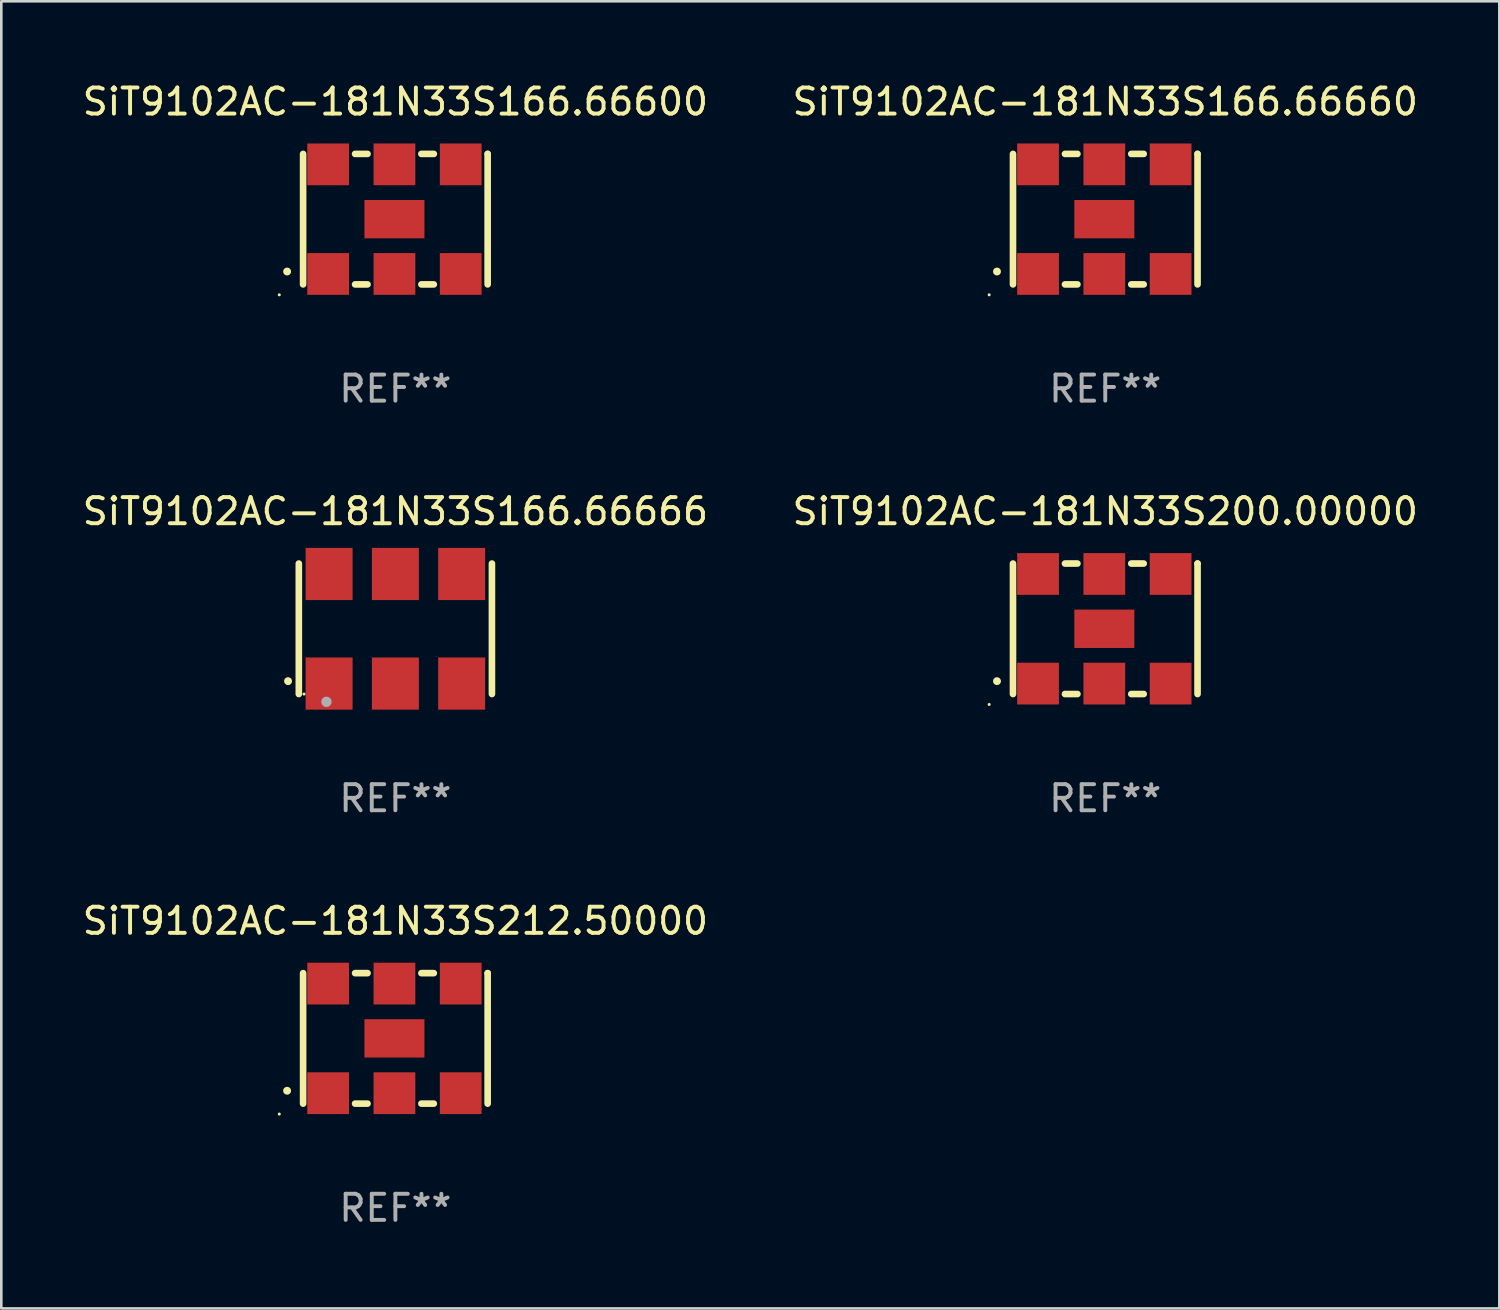
<source format=kicad_pcb>
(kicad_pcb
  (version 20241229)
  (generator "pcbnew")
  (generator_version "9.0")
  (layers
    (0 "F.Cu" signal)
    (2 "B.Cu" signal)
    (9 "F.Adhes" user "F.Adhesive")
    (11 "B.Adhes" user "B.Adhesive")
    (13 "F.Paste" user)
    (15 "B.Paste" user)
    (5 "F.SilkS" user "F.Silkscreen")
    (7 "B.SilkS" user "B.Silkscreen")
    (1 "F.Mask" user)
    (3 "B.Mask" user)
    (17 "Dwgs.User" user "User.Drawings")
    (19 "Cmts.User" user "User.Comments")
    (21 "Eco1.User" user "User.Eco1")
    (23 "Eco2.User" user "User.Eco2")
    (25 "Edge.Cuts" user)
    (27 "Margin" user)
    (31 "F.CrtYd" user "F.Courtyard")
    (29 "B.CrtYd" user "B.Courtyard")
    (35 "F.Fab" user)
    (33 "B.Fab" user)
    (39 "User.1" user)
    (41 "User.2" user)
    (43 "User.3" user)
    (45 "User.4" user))
  (footprint "SiT9102AC-181N33S166.66660"
    (layer "F.Cu")
    (at 39.304 5.348)
    (property "Reference" "SiT9102AC-181N33S166.66660" (at 0 -4.5 0) (layer "F.SilkS") (effects (font (size 1 1) (thickness 0.15))))
    (attr through_hole)
    (fp_line (start -3.536 -2.5) (end -3.536 2.5) (stroke (width 0.254) (type solid)) (layer "F.SilkS"))
    (fp_line (start -1.544 2.5) (end -1.067 2.5) (stroke (width 0.254) (type solid)) (layer "F.SilkS"))
    (fp_line (start -1.067 -2.5) (end -1.544 -2.5) (stroke (width 0.254) (type solid)) (layer "F.SilkS"))
    (fp_line (start 0.996 2.5) (end 1.473 2.5) (stroke (width 0.254) (type solid)) (layer "F.SilkS"))
    (fp_line (start 1.473 -2.5) (end 0.996 -2.5) (stroke (width 0.254) (type solid)) (layer "F.SilkS"))
    (fp_line (start 3.536 -2.5) (end 3.536 -2.5) (stroke (width 0.254) (type solid)) (layer "F.SilkS"))
    (fp_line (start 3.536 2.5) (end 3.536 -2.5) (stroke (width 0.254) (type solid)) (layer "F.SilkS"))
    (fp_arc (start -4.150432 2.006604) (mid -4.149162 2.006599) (end -4.147892 2.006604) (stroke (width 0.3) (type solid)) (layer "F.SilkS"))
    (fp_circle (center -4.449 2.9) (end -4.419 2.9) (stroke (width 0.06) (type solid)) (fill no) (layer "F.SilkS"))
    (fp_text user "REF**" (at 0 6.5 0) (layer "F.Fab") (effects (font (size 1 1) (thickness 0.15))))
    (pad "1" smd rect (at -2.576 2.1) (size 1.6 1.6) (layers "F.Cu" "F.Mask" "F.Paste"))
    (pad "2" smd rect (at -0.036 2.1) (size 1.6 1.6) (layers "F.Cu" "F.Mask" "F.Paste"))
    (pad "3" smd rect (at 2.504 2.1) (size 1.6 1.6) (layers "F.Cu" "F.Mask" "F.Paste"))
    (pad "4" smd rect (at 2.504 -2.1) (size 1.6 1.6) (layers "F.Cu" "F.Mask" "F.Paste"))
    (pad "5" smd rect (at -0.036 -2.1) (size 1.6 1.6) (layers "F.Cu" "F.Mask" "F.Paste"))
    (pad "6" smd rect (at -2.576 -2.1) (size 1.6 1.6) (layers "F.Cu" "F.Mask" "F.Paste"))
    (pad "7" smd rect (at -0.036 0) (size 2.3 1.47) (layers "F.Cu" "F.Mask" "F.Paste")))
  (footprint "SiT9102AC-181N33S200.00000"
    (layer "F.Cu")
    (at 39.304 21.045)
    (property "Reference" "SiT9102AC-181N33S200.00000" (at 0 -4.5 0) (layer "F.SilkS") (effects (font (size 1 1) (thickness 0.15))))
    (attr through_hole)
    (fp_line (start -3.536 -2.5) (end -3.536 2.5) (stroke (width 0.254) (type solid)) (layer "F.SilkS"))
    (fp_line (start -1.544 2.5) (end -1.067 2.5) (stroke (width 0.254) (type solid)) (layer "F.SilkS"))
    (fp_line (start -1.067 -2.5) (end -1.544 -2.5) (stroke (width 0.254) (type solid)) (layer "F.SilkS"))
    (fp_line (start 0.996 2.5) (end 1.473 2.5) (stroke (width 0.254) (type solid)) (layer "F.SilkS"))
    (fp_line (start 1.473 -2.5) (end 0.996 -2.5) (stroke (width 0.254) (type solid)) (layer "F.SilkS"))
    (fp_line (start 3.536 -2.5) (end 3.536 -2.5) (stroke (width 0.254) (type solid)) (layer "F.SilkS"))
    (fp_line (start 3.536 2.5) (end 3.536 -2.5) (stroke (width 0.254) (type solid)) (layer "F.SilkS"))
    (fp_arc (start -4.150432 2.006604) (mid -4.149162 2.006599) (end -4.147892 2.006604) (stroke (width 0.3) (type solid)) (layer "F.SilkS"))
    (fp_circle (center -4.449 2.9) (end -4.419 2.9) (stroke (width 0.06) (type solid)) (fill no) (layer "F.SilkS"))
    (fp_text user "REF**" (at 0 6.5 0) (layer "F.Fab") (effects (font (size 1 1) (thickness 0.15))))
    (pad "1" smd rect (at -2.576 2.1) (size 1.6 1.6) (layers "F.Cu" "F.Mask" "F.Paste"))
    (pad "2" smd rect (at -0.036 2.1) (size 1.6 1.6) (layers "F.Cu" "F.Mask" "F.Paste"))
    (pad "3" smd rect (at 2.504 2.1) (size 1.6 1.6) (layers "F.Cu" "F.Mask" "F.Paste"))
    (pad "4" smd rect (at 2.504 -2.1) (size 1.6 1.6) (layers "F.Cu" "F.Mask" "F.Paste"))
    (pad "5" smd rect (at -0.036 -2.1) (size 1.6 1.6) (layers "F.Cu" "F.Mask" "F.Paste"))
    (pad "6" smd rect (at -2.576 -2.1) (size 1.6 1.6) (layers "F.Cu" "F.Mask" "F.Paste"))
    (pad "7" smd rect (at -0.036 0) (size 2.3 1.47) (layers "F.Cu" "F.Mask" "F.Paste")))
  (footprint "SiT9102AC-181N33S166.66666"
    (layer "F.Cu")
    (at 12.101 21.045)
    (property "Reference" "SiT9102AC-181N33S166.66666" (at 0 -4.5 0) (layer "F.SilkS") (effects (font (size 1 1) (thickness 0.15))))
    (attr through_hole)
    (fp_line (start -3.7 -2.5) (end -3.7 2.5) (stroke (width 0.254) (type solid)) (layer "F.SilkS"))
    (fp_line (start 3.7 -2.5) (end 3.7 2.5) (stroke (width 0.254) (type solid)) (layer "F.SilkS"))
    (fp_arc (start -4.114415 2.006604) (mid -4.113145 2.006599) (end -4.111875 2.006604) (stroke (width 0.3) (type solid)) (layer "F.SilkS"))
    (fp_circle (center -3.5 2.501) (end -3.47 2.501) (stroke (width 0.06) (type solid)) (fill no) (layer "F.SilkS"))
    (fp_circle (center -2.641 2.799) (end -2.541 2.799) (stroke (width 0.2) (type solid)) (fill no) (layer "F.Fab"))
    (fp_text user "REF**" (at 0 6.5 0) (layer "F.Fab") (effects (font (size 1 1) (thickness 0.15))))
    (pad "1" smd rect (at -2.54 2.1) (size 1.8 2) (layers "F.Cu" "F.Mask" "F.Paste"))
    (pad "2" smd rect (at 0.000394 2.1) (size 1.8 2) (layers "F.Cu" "F.Mask" "F.Paste"))
    (pad "3" smd rect (at 2.54 2.1) (size 1.8 2) (layers "F.Cu" "F.Mask" "F.Paste"))
    (pad "4" smd rect (at 2.54 -2.1) (size 1.8 2) (layers "F.Cu" "F.Mask" "F.Paste"))
    (pad "5" smd rect (at 0.000394 -2.1) (size 1.8 2) (layers "F.Cu" "F.Mask" "F.Paste"))
    (pad "6" smd rect (at -2.54 -2.1) (size 1.8 2) (layers "F.Cu" "F.Mask" "F.Paste")))
  (footprint "SiT9102AC-181N33S166.66600"
    (layer "F.Cu")
    (at 12.101 5.348)
    (property "Reference" "SiT9102AC-181N33S166.66600" (at 0 -4.5 0) (layer "F.SilkS") (effects (font (size 1 1) (thickness 0.15))))
    (attr through_hole)
    (fp_line (start -3.536 -2.5) (end -3.536 2.5) (stroke (width 0.254) (type solid)) (layer "F.SilkS"))
    (fp_line (start -1.544 2.5) (end -1.067 2.5) (stroke (width 0.254) (type solid)) (layer "F.SilkS"))
    (fp_line (start -1.067 -2.5) (end -1.544 -2.5) (stroke (width 0.254) (type solid)) (layer "F.SilkS"))
    (fp_line (start 0.996 2.5) (end 1.473 2.5) (stroke (width 0.254) (type solid)) (layer "F.SilkS"))
    (fp_line (start 1.473 -2.5) (end 0.996 -2.5) (stroke (width 0.254) (type solid)) (layer "F.SilkS"))
    (fp_line (start 3.536 -2.5) (end 3.536 -2.5) (stroke (width 0.254) (type solid)) (layer "F.SilkS"))
    (fp_line (start 3.536 2.5) (end 3.536 -2.5) (stroke (width 0.254) (type solid)) (layer "F.SilkS"))
    (fp_arc (start -4.150432 2.006604) (mid -4.149162 2.006599) (end -4.147892 2.006604) (stroke (width 0.3) (type solid)) (layer "F.SilkS"))
    (fp_circle (center -4.449 2.9) (end -4.419 2.9) (stroke (width 0.06) (type solid)) (fill no) (layer "F.SilkS"))
    (fp_text user "REF**" (at 0 6.5 0) (layer "F.Fab") (effects (font (size 1 1) (thickness 0.15))))
    (pad "1" smd rect (at -2.576 2.1) (size 1.6 1.6) (layers "F.Cu" "F.Mask" "F.Paste"))
    (pad "2" smd rect (at -0.036 2.1) (size 1.6 1.6) (layers "F.Cu" "F.Mask" "F.Paste"))
    (pad "3" smd rect (at 2.504 2.1) (size 1.6 1.6) (layers "F.Cu" "F.Mask" "F.Paste"))
    (pad "4" smd rect (at 2.504 -2.1) (size 1.6 1.6) (layers "F.Cu" "F.Mask" "F.Paste"))
    (pad "5" smd rect (at -0.036 -2.1) (size 1.6 1.6) (layers "F.Cu" "F.Mask" "F.Paste"))
    (pad "6" smd rect (at -2.576 -2.1) (size 1.6 1.6) (layers "F.Cu" "F.Mask" "F.Paste"))
    (pad "7" smd rect (at -0.036 0) (size 2.3 1.47) (layers "F.Cu" "F.Mask" "F.Paste")))
  (footprint "SiT9102AC-181N33S212.50000"
    (layer "F.Cu")
    (at 12.101 36.741)
    (property "Reference" "SiT9102AC-181N33S212.50000" (at 0 -4.5 0) (layer "F.SilkS") (effects (font (size 1 1) (thickness 0.15))))
    (attr through_hole)
    (fp_line (start -3.536 -2.5) (end -3.536 2.5) (stroke (width 0.254) (type solid)) (layer "F.SilkS"))
    (fp_line (start -1.544 2.5) (end -1.067 2.5) (stroke (width 0.254) (type solid)) (layer "F.SilkS"))
    (fp_line (start -1.067 -2.5) (end -1.544 -2.5) (stroke (width 0.254) (type solid)) (layer "F.SilkS"))
    (fp_line (start 0.996 2.5) (end 1.473 2.5) (stroke (width 0.254) (type solid)) (layer "F.SilkS"))
    (fp_line (start 1.473 -2.5) (end 0.996 -2.5) (stroke (width 0.254) (type solid)) (layer "F.SilkS"))
    (fp_line (start 3.536 -2.5) (end 3.536 -2.5) (stroke (width 0.254) (type solid)) (layer "F.SilkS"))
    (fp_line (start 3.536 2.5) (end 3.536 -2.5) (stroke (width 0.254) (type solid)) (layer "F.SilkS"))
    (fp_arc (start -4.150432 2.006604) (mid -4.149162 2.006599) (end -4.147892 2.006604) (stroke (width 0.3) (type solid)) (layer "F.SilkS"))
    (fp_circle (center -4.449 2.9) (end -4.419 2.9) (stroke (width 0.06) (type solid)) (fill no) (layer "F.SilkS"))
    (fp_text user "REF**" (at 0 6.5 0) (layer "F.Fab") (effects (font (size 1 1) (thickness 0.15))))
    (pad "1" smd rect (at -2.576 2.1) (size 1.6 1.6) (layers "F.Cu" "F.Mask" "F.Paste"))
    (pad "2" smd rect (at -0.036 2.1) (size 1.6 1.6) (layers "F.Cu" "F.Mask" "F.Paste"))
    (pad "3" smd rect (at 2.504 2.1) (size 1.6 1.6) (layers "F.Cu" "F.Mask" "F.Paste"))
    (pad "4" smd rect (at 2.504 -2.1) (size 1.6 1.6) (layers "F.Cu" "F.Mask" "F.Paste"))
    (pad "5" smd rect (at -0.036 -2.1) (size 1.6 1.6) (layers "F.Cu" "F.Mask" "F.Paste"))
    (pad "6" smd rect (at -2.576 -2.1) (size 1.6 1.6) (layers "F.Cu" "F.Mask" "F.Paste"))
    (pad "7" smd rect (at -0.036 0) (size 2.3 1.47) (layers "F.Cu" "F.Mask" "F.Paste")))
  (gr_rect
    (start -3 -3)
    (end 54.405 47.09)
    (stroke (width 0.1) (type default))
    (fill no)
    (layer "Edge.Cuts")))
</source>
